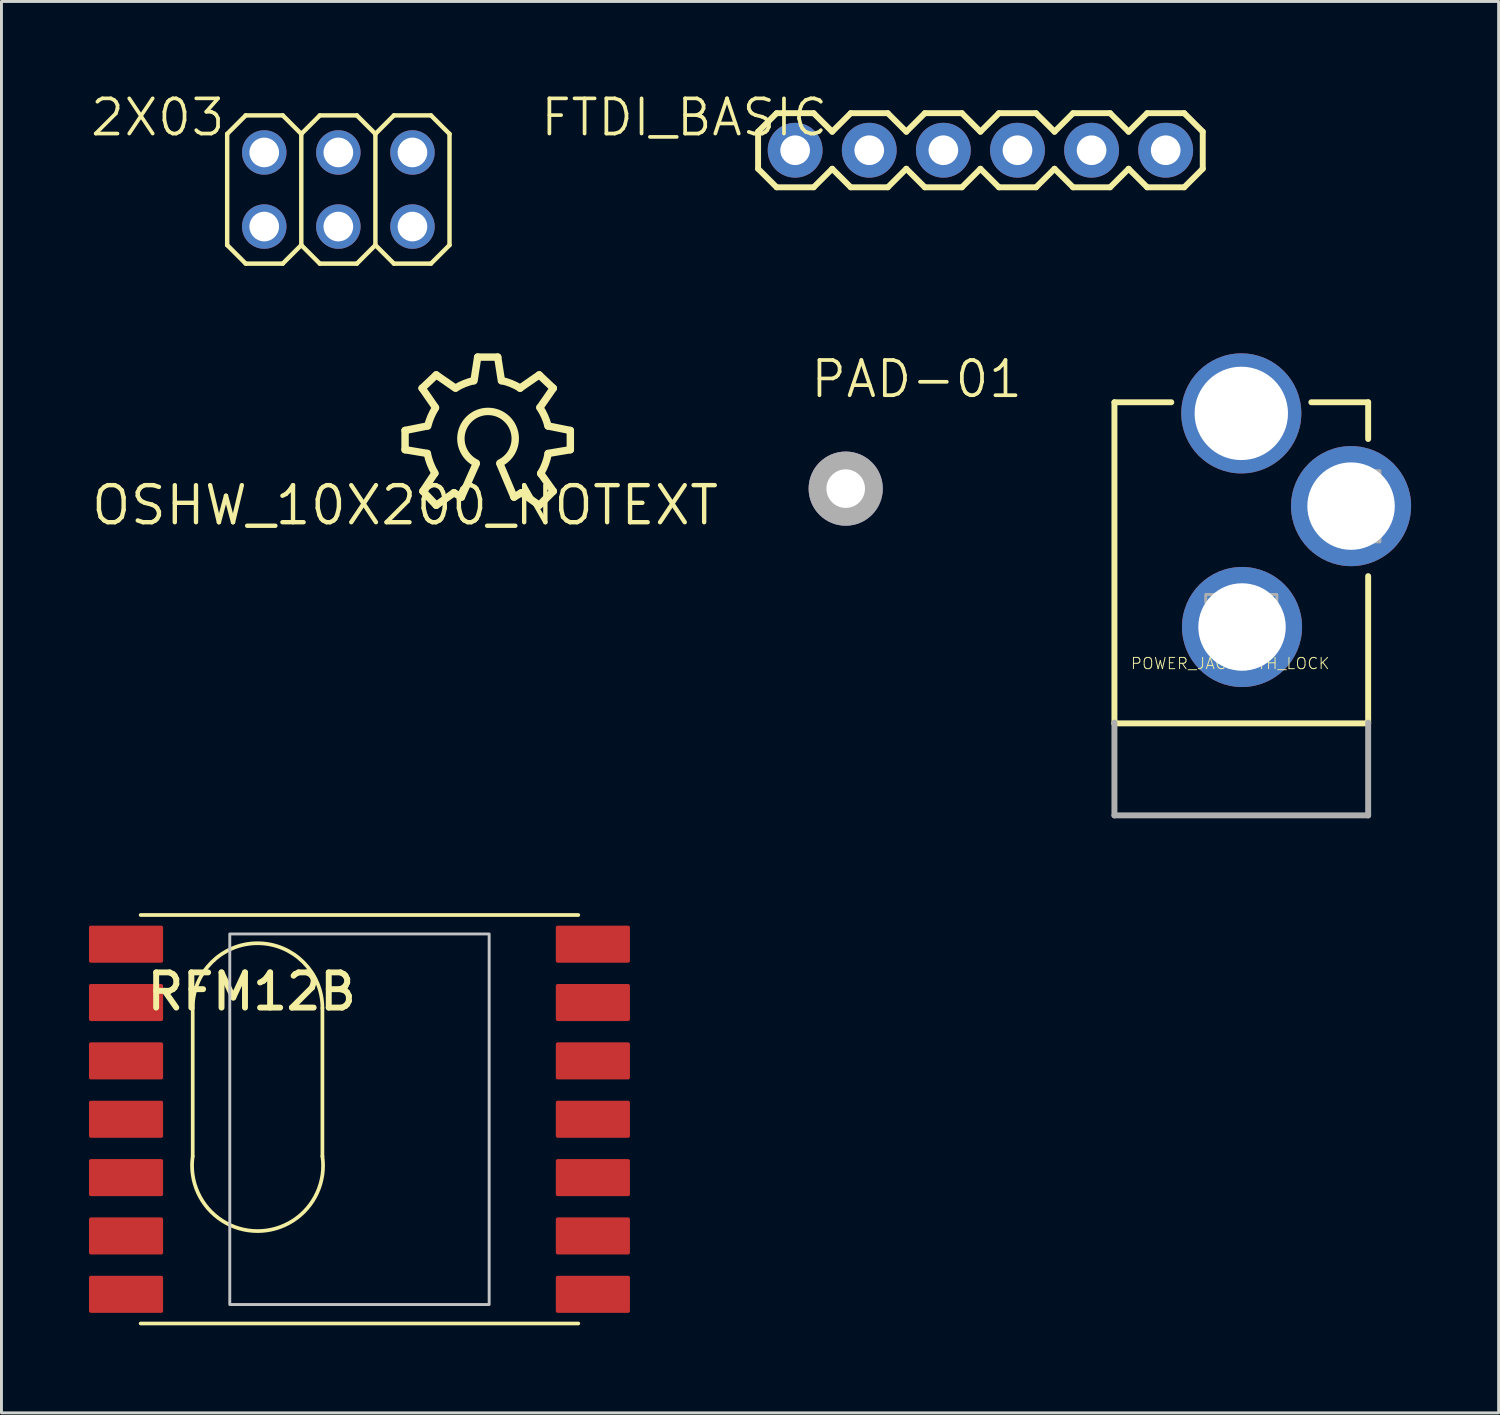
<source format=kicad_pcb>
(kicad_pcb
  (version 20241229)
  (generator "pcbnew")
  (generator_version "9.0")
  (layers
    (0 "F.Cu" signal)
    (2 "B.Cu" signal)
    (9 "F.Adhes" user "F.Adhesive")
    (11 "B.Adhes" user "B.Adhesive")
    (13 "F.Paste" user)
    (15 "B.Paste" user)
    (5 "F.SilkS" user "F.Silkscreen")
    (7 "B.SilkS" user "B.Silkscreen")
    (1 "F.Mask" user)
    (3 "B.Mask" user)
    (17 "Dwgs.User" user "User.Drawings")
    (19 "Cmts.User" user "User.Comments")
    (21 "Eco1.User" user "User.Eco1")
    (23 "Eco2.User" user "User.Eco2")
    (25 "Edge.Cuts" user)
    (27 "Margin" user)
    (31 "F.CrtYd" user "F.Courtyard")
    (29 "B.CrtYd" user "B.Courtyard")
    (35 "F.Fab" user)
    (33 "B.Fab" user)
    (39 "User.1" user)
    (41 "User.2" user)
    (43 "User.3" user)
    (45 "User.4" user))
  (footprint "FTDI_BASIC"
    (layer "F.Cu")
    (at 24.202 2.099)
    (property "Reference" "FTDI_BASIC" (at 1.194 -1.829 0) (layer "F.SilkS") (effects (font (size 1.206 1.206) (thickness 0.127)) (justify right top)))
    (attr through_hole)
    (fp_line (start -1.27 -0.635) (end -1.27 0.635) (stroke (width 0.203) (type solid)) (layer "F.SilkS"))
    (fp_line (start -1.27 0.635) (end -0.635 1.27) (stroke (width 0.203) (type solid)) (layer "F.SilkS"))
    (fp_line (start -0.635 -1.27) (end -1.27 -0.635) (stroke (width 0.203) (type solid)) (layer "F.SilkS"))
    (fp_line (start -0.635 -1.27) (end 0.635 -1.27) (stroke (width 0.203) (type solid)) (layer "F.SilkS"))
    (fp_line (start 0.635 -1.27) (end 1.27 -0.635) (stroke (width 0.203) (type solid)) (layer "F.SilkS"))
    (fp_line (start 0.635 1.27) (end -0.635 1.27) (stroke (width 0.203) (type solid)) (layer "F.SilkS"))
    (fp_line (start 1.27 -0.635) (end 1.905 -1.27) (stroke (width 0.203) (type solid)) (layer "F.SilkS"))
    (fp_line (start 1.27 0.635) (end 0.635 1.27) (stroke (width 0.203) (type solid)) (layer "F.SilkS"))
    (fp_line (start 1.905 -1.27) (end 3.175 -1.27) (stroke (width 0.203) (type solid)) (layer "F.SilkS"))
    (fp_line (start 1.905 1.27) (end 1.27 0.635) (stroke (width 0.203) (type solid)) (layer "F.SilkS"))
    (fp_line (start 3.175 -1.27) (end 3.81 -0.635) (stroke (width 0.203) (type solid)) (layer "F.SilkS"))
    (fp_line (start 3.175 1.27) (end 1.905 1.27) (stroke (width 0.203) (type solid)) (layer "F.SilkS"))
    (fp_line (start 3.81 -0.635) (end 4.445 -1.27) (stroke (width 0.203) (type solid)) (layer "F.SilkS"))
    (fp_line (start 3.81 0.635) (end 3.175 1.27) (stroke (width 0.203) (type solid)) (layer "F.SilkS"))
    (fp_line (start 4.445 -1.27) (end 5.715 -1.27) (stroke (width 0.203) (type solid)) (layer "F.SilkS"))
    (fp_line (start 4.445 1.27) (end 3.81 0.635) (stroke (width 0.203) (type solid)) (layer "F.SilkS"))
    (fp_line (start 5.715 -1.27) (end 6.35 -0.635) (stroke (width 0.203) (type solid)) (layer "F.SilkS"))
    (fp_line (start 5.715 1.27) (end 4.445 1.27) (stroke (width 0.203) (type solid)) (layer "F.SilkS"))
    (fp_line (start 6.35 0.635) (end 5.715 1.27) (stroke (width 0.203) (type solid)) (layer "F.SilkS"))
    (fp_line (start 6.35 0.635) (end 6.985 1.27) (stroke (width 0.203) (type solid)) (layer "F.SilkS"))
    (fp_line (start 6.985 -1.27) (end 6.35 -0.635) (stroke (width 0.203) (type solid)) (layer "F.SilkS"))
    (fp_line (start 6.985 -1.27) (end 8.255 -1.27) (stroke (width 0.203) (type solid)) (layer "F.SilkS"))
    (fp_line (start 8.255 -1.27) (end 8.89 -0.635) (stroke (width 0.203) (type solid)) (layer "F.SilkS"))
    (fp_line (start 8.255 1.27) (end 6.985 1.27) (stroke (width 0.203) (type solid)) (layer "F.SilkS"))
    (fp_line (start 8.89 -0.635) (end 9.525 -1.27) (stroke (width 0.203) (type solid)) (layer "F.SilkS"))
    (fp_line (start 8.89 0.635) (end 8.255 1.27) (stroke (width 0.203) (type solid)) (layer "F.SilkS"))
    (fp_line (start 9.525 -1.27) (end 10.795 -1.27) (stroke (width 0.203) (type solid)) (layer "F.SilkS"))
    (fp_line (start 9.525 1.27) (end 8.89 0.635) (stroke (width 0.203) (type solid)) (layer "F.SilkS"))
    (fp_line (start 10.795 -1.27) (end 11.43 -0.635) (stroke (width 0.203) (type solid)) (layer "F.SilkS"))
    (fp_line (start 10.795 1.27) (end 9.525 1.27) (stroke (width 0.203) (type solid)) (layer "F.SilkS"))
    (fp_line (start 11.43 -0.635) (end 12.065 -1.27) (stroke (width 0.203) (type solid)) (layer "F.SilkS"))
    (fp_line (start 11.43 0.635) (end 10.795 1.27) (stroke (width 0.203) (type solid)) (layer "F.SilkS"))
    (fp_line (start 12.065 -1.27) (end 13.335 -1.27) (stroke (width 0.203) (type solid)) (layer "F.SilkS"))
    (fp_line (start 12.065 1.27) (end 11.43 0.635) (stroke (width 0.203) (type solid)) (layer "F.SilkS"))
    (fp_line (start 13.335 -1.27) (end 13.97 -0.635) (stroke (width 0.203) (type solid)) (layer "F.SilkS"))
    (fp_line (start 13.335 1.27) (end 12.065 1.27) (stroke (width 0.203) (type solid)) (layer "F.SilkS"))
    (fp_line (start 13.97 -0.635) (end 13.97 0.635) (stroke (width 0.203) (type solid)) (layer "F.SilkS"))
    (fp_line (start 13.97 0.635) (end 13.335 1.27) (stroke (width 0.203) (type solid)) (layer "F.SilkS"))
    (fp_poly (pts (xy -0.254 0.254) (xy 0.254 0.254) (xy 0.254 -0.254) (xy -0.254 -0.254)) (stroke (width 0.1) (type solid)) (fill no) (layer "F.Fab"))
    (fp_poly (pts (xy 2.286 0.254) (xy 2.794 0.254) (xy 2.794 -0.254) (xy 2.286 -0.254)) (stroke (width 0.1) (type solid)) (fill no) (layer "F.Fab"))
    (fp_poly (pts (xy 4.826 0.254) (xy 5.334 0.254) (xy 5.334 -0.254) (xy 4.826 -0.254)) (stroke (width 0.1) (type solid)) (fill no) (layer "F.Fab"))
    (fp_poly (pts (xy 7.366 0.254) (xy 7.874 0.254) (xy 7.874 -0.254) (xy 7.366 -0.254)) (stroke (width 0.1) (type solid)) (fill no) (layer "F.Fab"))
    (fp_poly (pts (xy 9.906 0.254) (xy 10.414 0.254) (xy 10.414 -0.254) (xy 9.906 -0.254)) (stroke (width 0.1) (type solid)) (fill no) (layer "F.Fab"))
    (fp_poly (pts (xy 12.446 0.254) (xy 12.954 0.254) (xy 12.954 -0.254) (xy 12.446 -0.254)) (stroke (width 0.1) (type solid)) (fill no) (layer "F.Fab"))
    (pad "CTS" thru_hole circle (at 10.16 0 90) (size 1.88 1.88) (drill 1.016) (layers "*.Cu" "*.Mask"))
    (pad "DTR" thru_hole circle (at 0 0 90) (size 1.88 1.88) (drill 1.016) (layers "*.Cu" "*.Mask"))
    (pad "GND" thru_hole circle (at 12.7 0 90) (size 1.88 1.88) (drill 1.016) (layers "*.Cu" "*.Mask"))
    (pad "RXI" thru_hole circle (at 2.54 0 90) (size 1.88 1.88) (drill 1.016) (layers "*.Cu" "*.Mask"))
    (pad "TXO" thru_hole circle (at 5.08 0 90) (size 1.88 1.88) (drill 1.016) (layers "*.Cu" "*.Mask"))
    (pad "VCC" thru_hole circle (at 7.62 0 90) (size 1.88 1.88) (drill 1.016) (layers "*.Cu" "*.Mask")))
  (footprint "OSHW_10X200_NOTEXT"
    (layer "F.Cu")
    (at 10.833 14.268)
    (property "Reference" "OSHW_10X200_NOTEXT" (at 0 0 0) (layer "F.SilkS") (effects (font (size 1.27 1.27) (thickness 0.15))))
    (attr through_hole)
    (fp_line (start 0 -2.565) (end 0.762 -2.718) (stroke (width 0.254) (type solid)) (layer "F.SilkS"))
    (fp_line (start 0 -1.905) (end 0 -2.565) (stroke (width 0.254) (type solid)) (layer "F.SilkS"))
    (fp_line (start 0.584 -4.013) (end 1.067 -4.47) (stroke (width 0.254) (type solid)) (layer "F.SilkS"))
    (fp_line (start 0.61 -0.483) (end 1.016 -1.092) (stroke (width 0.254) (type solid)) (layer "F.SilkS"))
    (fp_line (start 0.762 -1.778) (end 0 -1.905) (stroke (width 0.254) (type solid)) (layer "F.SilkS"))
    (fp_line (start 1.041 -3.353) (end 0.584 -4.013) (stroke (width 0.254) (type solid)) (layer "F.SilkS"))
    (fp_line (start 1.067 -4.47) (end 1.727 -4.013) (stroke (width 0.254) (type solid)) (layer "F.SilkS"))
    (fp_line (start 1.067 0) (end 0.61 -0.483) (stroke (width 0.254) (type solid)) (layer "F.SilkS"))
    (fp_line (start 1.676 -0.432) (end 1.067 0) (stroke (width 0.254) (type solid)) (layer "F.SilkS"))
    (fp_line (start 1.93 -0.279) (end 1.676 -0.432) (stroke (width 0.254) (type solid)) (layer "F.SilkS"))
    (fp_line (start 2.362 -4.267) (end 2.489 -5.08) (stroke (width 0.254) (type solid)) (layer "F.SilkS"))
    (fp_line (start 2.438 -1.422) (end 1.93 -0.279) (stroke (width 0.254) (type solid)) (layer "F.SilkS"))
    (fp_line (start 2.489 -5.08) (end 3.175 -5.08) (stroke (width 0.254) (type solid)) (layer "F.SilkS"))
    (fp_line (start 3.175 -5.08) (end 3.302 -4.267) (stroke (width 0.254) (type solid)) (layer "F.SilkS"))
    (fp_line (start 3.734 -0.279) (end 3.251 -1.422) (stroke (width 0.254) (type solid)) (layer "F.SilkS"))
    (fp_line (start 3.937 -4.013) (end 4.597 -4.47) (stroke (width 0.254) (type solid)) (layer "F.SilkS"))
    (fp_line (start 3.988 -0.432) (end 3.734 -0.279) (stroke (width 0.254) (type solid)) (layer "F.SilkS"))
    (fp_line (start 4.597 -4.47) (end 5.08 -4.013) (stroke (width 0.254) (type solid)) (layer "F.SilkS"))
    (fp_line (start 4.597 0) (end 3.988 -0.432) (stroke (width 0.254) (type solid)) (layer "F.SilkS"))
    (fp_line (start 4.648 -1.092) (end 5.08 -0.483) (stroke (width 0.254) (type solid)) (layer "F.SilkS"))
    (fp_line (start 4.902 -2.718) (end 5.664 -2.565) (stroke (width 0.254) (type solid)) (layer "F.SilkS"))
    (fp_line (start 5.08 -4.013) (end 4.623 -3.353) (stroke (width 0.254) (type solid)) (layer "F.SilkS"))
    (fp_line (start 5.08 -0.483) (end 4.597 0) (stroke (width 0.254) (type solid)) (layer "F.SilkS"))
    (fp_line (start 5.664 -2.565) (end 5.664 -1.905) (stroke (width 0.254) (type solid)) (layer "F.SilkS"))
    (fp_line (start 5.664 -1.905) (end 4.902 -1.778) (stroke (width 0.254) (type solid)) (layer "F.SilkS"))
    (fp_arc (start 0.7779 -2.7179) (mid 0.885744 -3.039218) (end 1.0435 -3.3392) (stroke (width 0.254) (type solid)) (layer "F.SilkS"))
    (fp_arc (start 1.0245 -1.1004) (mid 0.865117 -1.425978) (end 0.7637 -1.774) (stroke (width 0.254) (type solid)) (layer "F.SilkS"))
    (fp_arc (start 1.736 -4.0223) (mid 2.029987 -4.16927) (end 2.3432 -4.2689) (stroke (width 0.254) (type solid)) (layer "F.SilkS"))
    (fp_arc (start 2.4384 -1.4478) (mid 2.8448 -3.217524) (end 3.251199 -1.4478) (stroke (width 0.254) (type solid)) (layer "F.SilkS"))
    (fp_arc (start 3.3155 -4.2736) (mid 3.64128 -4.170999) (end 3.9464 -4.0175) (stroke (width 0.254) (type solid)) (layer "F.SilkS"))
    (fp_arc (start 4.6199 -3.3487) (mid 4.786428 -3.045111) (end 4.8997 -2.7179) (stroke (width 0.254) (type solid)) (layer "F.SilkS"))
    (fp_arc (start 4.9045 -1.7692) (mid 4.806636 -1.418653) (end 4.6484 -1.0909) (stroke (width 0.254) (type solid)) (layer "F.SilkS")))
  (footprint "POWER_JACK_PTH_LOCK"
    (layer "F.Cu")
    (at 39.493 24.996)
    (property "Reference" "POWER_JACK_PTH_LOCK" (at -3.81 -5.08 0) (layer "F.SilkS") (effects (font (size 0.386 0.386) (thickness 0.033)) (justify left bottom)))
    (attr through_hole)
    (fp_line (start -4.348 -14.259) (end -2.4 -14.259) (stroke (width 0.203) (type solid)) (layer "F.SilkS"))
    (fp_line (start -4.348 -3.254) (end -4.348 -14.259) (stroke (width 0.203) (type solid)) (layer "F.SilkS"))
    (fp_line (start -4.348 -3.254) (end 4.348 -3.254) (stroke (width 0.203) (type solid)) (layer "F.SilkS"))
    (fp_line (start 4.348 -14.259) (end 2.4 -14.259) (stroke (width 0.203) (type solid)) (layer "F.SilkS"))
    (fp_line (start 4.348 -14.259) (end 4.348 -13) (stroke (width 0.203) (type solid)) (layer "F.SilkS"))
    (fp_line (start 4.348 -3.254) (end 4.348 -8.3) (stroke (width 0.203) (type solid)) (layer "F.SilkS"))
    (fp_line (start -4.348 -3.279) (end -4.348 -0.1) (stroke (width 0.203) (type solid)) (layer "F.Fab"))
    (fp_line (start 4.348 -0.1) (end -4.348 -0.1) (stroke (width 0.203) (type solid)) (layer "F.Fab"))
    (fp_line (start 4.348 -0.1) (end 4.348 -3.279) (stroke (width 0.203) (type solid)) (layer "F.Fab"))
    (fp_poly (pts (xy 1.219 -7.391) (xy 1.219 -7.671) (xy -1.219 -7.671) (xy -1.219 -7.391)) (stroke (width 0.1) (type solid)) (fill no) (layer "F.Fab"))
    (fp_poly (pts (xy 1.473 -13.411) (xy 1.473 -13.868) (xy -1.448 -13.868) (xy -1.448 -13.411)) (stroke (width 0.1) (type solid)) (fill no) (layer "F.Fab"))
    (fp_poly (pts (xy 4.75 -11.913) (xy 4.47 -11.913) (xy 4.47 -9.474) (xy 4.75 -9.474)) (stroke (width 0.1) (type solid)) (fill no) (layer "F.Fab"))
    (pad "GND" thru_hole circle (at 0.025 -6.557) (size 4.115 4.115) (drill 2.997) (layers "*.Cu" "*.Mask"))
    (pad "GNDBREAK" thru_hole circle (at 3.762 -10.7 90) (size 4.115 4.115) (drill 2.997) (layers "*.Cu" "*.Mask"))
    (pad "PWR" thru_hole circle (at 0 -13.878) (size 4.115 4.115) (drill 3.2) (layers "*.Cu" "*.Mask")))
  (footprint "RFM12B"
    (layer "F.Cu")
    (at 9.27 35.31)
    (property "Reference" "RFM12B" (at 0 -5.08 0) (layer "F.SilkS") (effects (font (size 1.206 1.206) (thickness 0.203)) (justify right top)))
    (attr through_hole)
    (fp_line (start -7.5 7) (end 7.5 7) (stroke (width 0.127) (type solid)) (layer "F.SilkS"))
    (fp_line (start -5.715 -3.81) (end -5.715 1.27) (stroke (width 0.127) (type solid)) (layer "F.SilkS"))
    (fp_line (start -1.27 -3.81) (end -1.27 1.27) (stroke (width 0.127) (type solid)) (layer "F.SilkS"))
    (fp_line (start 7.5 -7) (end -7.5 -7) (stroke (width 0.127) (type solid)) (layer "F.SilkS"))
    (fp_arc (start -5.715 -3.81) (mid -3.4925 -6.0325) (end -1.27 -3.81) (stroke (width 0.127) (type solid)) (layer "F.SilkS"))
    (fp_arc (start -1.27 1.27) (mid -3.4925 3.832564) (end -5.715 1.27) (stroke (width 0.127) (type solid)) (layer "F.SilkS"))
    (fp_poly (pts (xy -4.445 6.35) (xy 4.445 6.35) (xy 4.445 -6.35) (xy -4.445 -6.35)) (stroke (width 0.1) (type solid)) (fill no) (layer "Dwgs.User"))
    (pad "ANT" smd roundrect (at 8 6) (size 2.54 1.27) (layers "F.Cu" "F.Mask" "F.Paste") (roundrect_rratio 0.05))
    (pad "FFS" smd roundrect (at -8 -2) (size 2.54 1.27) (layers "F.Cu" "F.Mask" "F.Paste") (roundrect_rratio 0.05))
    (pad "GND" smd roundrect (at 8 2) (size 2.54 1.27) (layers "F.Cu" "F.Mask" "F.Paste") (roundrect_rratio 0.05))
    (pad "IRQ" smd roundrect (at -8 -4) (size 2.54 1.27) (layers "F.Cu" "F.Mask" "F.Paste") (roundrect_rratio 0.05))
    (pad "P$8" smd roundrect (at -8 0) (size 2.54 1.27) (layers "F.Cu" "F.Mask" "F.Paste") (roundrect_rratio 0.05))
    (pad "P$9" smd roundrect (at -8 2) (size 2.54 1.27) (layers "F.Cu" "F.Mask" "F.Paste") (roundrect_rratio 0.05))
    (pad "P$10" smd roundrect (at -8 4) (size 2.54 1.27) (layers "F.Cu" "F.Mask" "F.Paste") (roundrect_rratio 0.05))
    (pad "P$12" smd roundrect (at -8 6) (size 2.54 1.27) (layers "F.Cu" "F.Mask" "F.Paste") (roundrect_rratio 0.05))
    (pad "P$16" smd roundrect (at 8 0) (size 2.54 1.27) (layers "F.Cu" "F.Mask" "F.Paste") (roundrect_rratio 0.05))
    (pad "SCK" smd roundrect (at 8 -4) (size 2.54 1.27) (layers "F.Cu" "F.Mask" "F.Paste") (roundrect_rratio 0.05))
    (pad "SDI" smd roundrect (at 8 -2) (size 2.54 1.27) (layers "F.Cu" "F.Mask" "F.Paste") (roundrect_rratio 0.05))
    (pad "SDO" smd roundrect (at -8 -6) (size 2.54 1.27) (layers "F.Cu" "F.Mask" "F.Paste") (roundrect_rratio 0.05))
    (pad "SEL" smd roundrect (at 8 -6) (size 2.54 1.27) (layers "F.Cu" "F.Mask" "F.Paste") (roundrect_rratio 0.05))
    (pad "VDD" smd roundrect (at 8 4) (size 2.54 1.27) (layers "F.Cu" "F.Mask" "F.Paste") (roundrect_rratio 0.05)))
  (footprint "PAD-01"
    (layer "F.Cu")
    (at 25.935 13.697)
    (property "Reference" "PAD-01" (at -1.27 -3.048 0) (layer "F.SilkS") (effects (font (size 1.206 1.206) (thickness 0.127)) (justify left bottom)))
    (attr through_hole)
    (fp_circle (center 0 0) (end 0.889 0) (stroke (width 0.762) (type solid)) (fill no) (layer "F.Fab"))
    (pad "1" thru_hole circle (at 0 0) (size 2.54 2.54) (drill 1.321) (layers "*.Cu" "*.Mask")))
  (footprint "2X03"
    (layer "F.Cu")
    (at 8.546 3.445)
    (property "Reference" "2X03" (at -3.81 -3.175 0) (layer "F.SilkS") (effects (font (size 1.206 1.206) (thickness 0.127)) (justify right top)))
    (attr through_hole)
    (fp_line (start -3.81 -1.905) (end -3.175 -2.54) (stroke (width 0.152) (type solid)) (layer "F.SilkS"))
    (fp_line (start -3.81 1.905) (end -3.81 -1.905) (stroke (width 0.152) (type solid)) (layer "F.SilkS"))
    (fp_line (start -3.81 1.905) (end -3.175 2.54) (stroke (width 0.152) (type solid)) (layer "F.SilkS"))
    (fp_line (start -3.175 -2.54) (end -1.905 -2.54) (stroke (width 0.152) (type solid)) (layer "F.SilkS"))
    (fp_line (start -3.175 2.54) (end -1.905 2.54) (stroke (width 0.152) (type solid)) (layer "F.SilkS"))
    (fp_line (start -1.905 -2.54) (end -1.27 -1.905) (stroke (width 0.152) (type solid)) (layer "F.SilkS"))
    (fp_line (start -1.905 2.54) (end -1.27 1.905) (stroke (width 0.152) (type solid)) (layer "F.SilkS"))
    (fp_line (start -1.27 -1.905) (end -1.27 1.905) (stroke (width 0.152) (type solid)) (layer "F.SilkS"))
    (fp_line (start -1.27 -1.905) (end -0.635 -2.54) (stroke (width 0.152) (type solid)) (layer "F.SilkS"))
    (fp_line (start -1.27 1.905) (end -0.635 2.54) (stroke (width 0.152) (type solid)) (layer "F.SilkS"))
    (fp_line (start -0.635 -2.54) (end 0.635 -2.54) (stroke (width 0.152) (type solid)) (layer "F.SilkS"))
    (fp_line (start -0.635 2.54) (end 0.635 2.54) (stroke (width 0.152) (type solid)) (layer "F.SilkS"))
    (fp_line (start 0.635 -2.54) (end 1.27 -1.905) (stroke (width 0.152) (type solid)) (layer "F.SilkS"))
    (fp_line (start 0.635 2.54) (end 1.27 1.905) (stroke (width 0.152) (type solid)) (layer "F.SilkS"))
    (fp_line (start 1.27 -1.905) (end 1.27 1.905) (stroke (width 0.152) (type solid)) (layer "F.SilkS"))
    (fp_line (start 1.27 -1.905) (end 1.905 -2.54) (stroke (width 0.152) (type solid)) (layer "F.SilkS"))
    (fp_line (start 1.27 1.905) (end 1.905 2.54) (stroke (width 0.152) (type solid)) (layer "F.SilkS"))
    (fp_line (start 1.905 -2.54) (end 3.175 -2.54) (stroke (width 0.152) (type solid)) (layer "F.SilkS"))
    (fp_line (start 1.905 2.54) (end 3.175 2.54) (stroke (width 0.152) (type solid)) (layer "F.SilkS"))
    (fp_line (start 3.175 -2.54) (end 3.81 -1.905) (stroke (width 0.152) (type solid)) (layer "F.SilkS"))
    (fp_line (start 3.175 2.54) (end 3.81 1.905) (stroke (width 0.152) (type solid)) (layer "F.SilkS"))
    (fp_line (start 3.81 -1.905) (end 3.81 1.905) (stroke (width 0.152) (type solid)) (layer "F.SilkS"))
    (fp_poly (pts (xy -2.794 -1.016) (xy -2.286 -1.016) (xy -2.286 -1.524) (xy -2.794 -1.524)) (stroke (width 0.1) (type solid)) (fill no) (layer "F.Fab"))
    (fp_poly (pts (xy -2.794 1.524) (xy -2.286 1.524) (xy -2.286 1.016) (xy -2.794 1.016)) (stroke (width 0.1) (type solid)) (fill no) (layer "F.Fab"))
    (fp_poly (pts (xy -0.254 -1.016) (xy 0.254 -1.016) (xy 0.254 -1.524) (xy -0.254 -1.524)) (stroke (width 0.1) (type solid)) (fill no) (layer "F.Fab"))
    (fp_poly (pts (xy -0.254 1.524) (xy 0.254 1.524) (xy 0.254 1.016) (xy -0.254 1.016)) (stroke (width 0.1) (type solid)) (fill no) (layer "F.Fab"))
    (fp_poly (pts (xy 2.286 -1.016) (xy 2.794 -1.016) (xy 2.794 -1.524) (xy 2.286 -1.524)) (stroke (width 0.1) (type solid)) (fill no) (layer "F.Fab"))
    (fp_poly (pts (xy 2.286 1.524) (xy 2.794 1.524) (xy 2.794 1.016) (xy 2.286 1.016)) (stroke (width 0.1) (type solid)) (fill no) (layer "F.Fab"))
    (pad "1" thru_hole circle (at -2.54 1.27) (size 1.524 1.524) (drill 1.016) (layers "*.Cu" "*.Mask"))
    (pad "2" thru_hole circle (at -2.54 -1.27) (size 1.524 1.524) (drill 1.016) (layers "*.Cu" "*.Mask"))
    (pad "3" thru_hole circle (at 0 1.27) (size 1.524 1.524) (drill 1.016) (layers "*.Cu" "*.Mask"))
    (pad "4" thru_hole circle (at 0 -1.27) (size 1.524 1.524) (drill 1.016) (layers "*.Cu" "*.Mask"))
    (pad "5" thru_hole circle (at 2.54 1.27) (size 1.524 1.524) (drill 1.016) (layers "*.Cu" "*.Mask"))
    (pad "6" thru_hole circle (at 2.54 -1.27) (size 1.524 1.524) (drill 1.016) (layers "*.Cu" "*.Mask")))
  (gr_rect
    (start -3 -3)
    (end 48.312 45.373)
    (stroke (width 0.1) (type default))
    (fill no)
    (layer "Edge.Cuts")))
</source>
